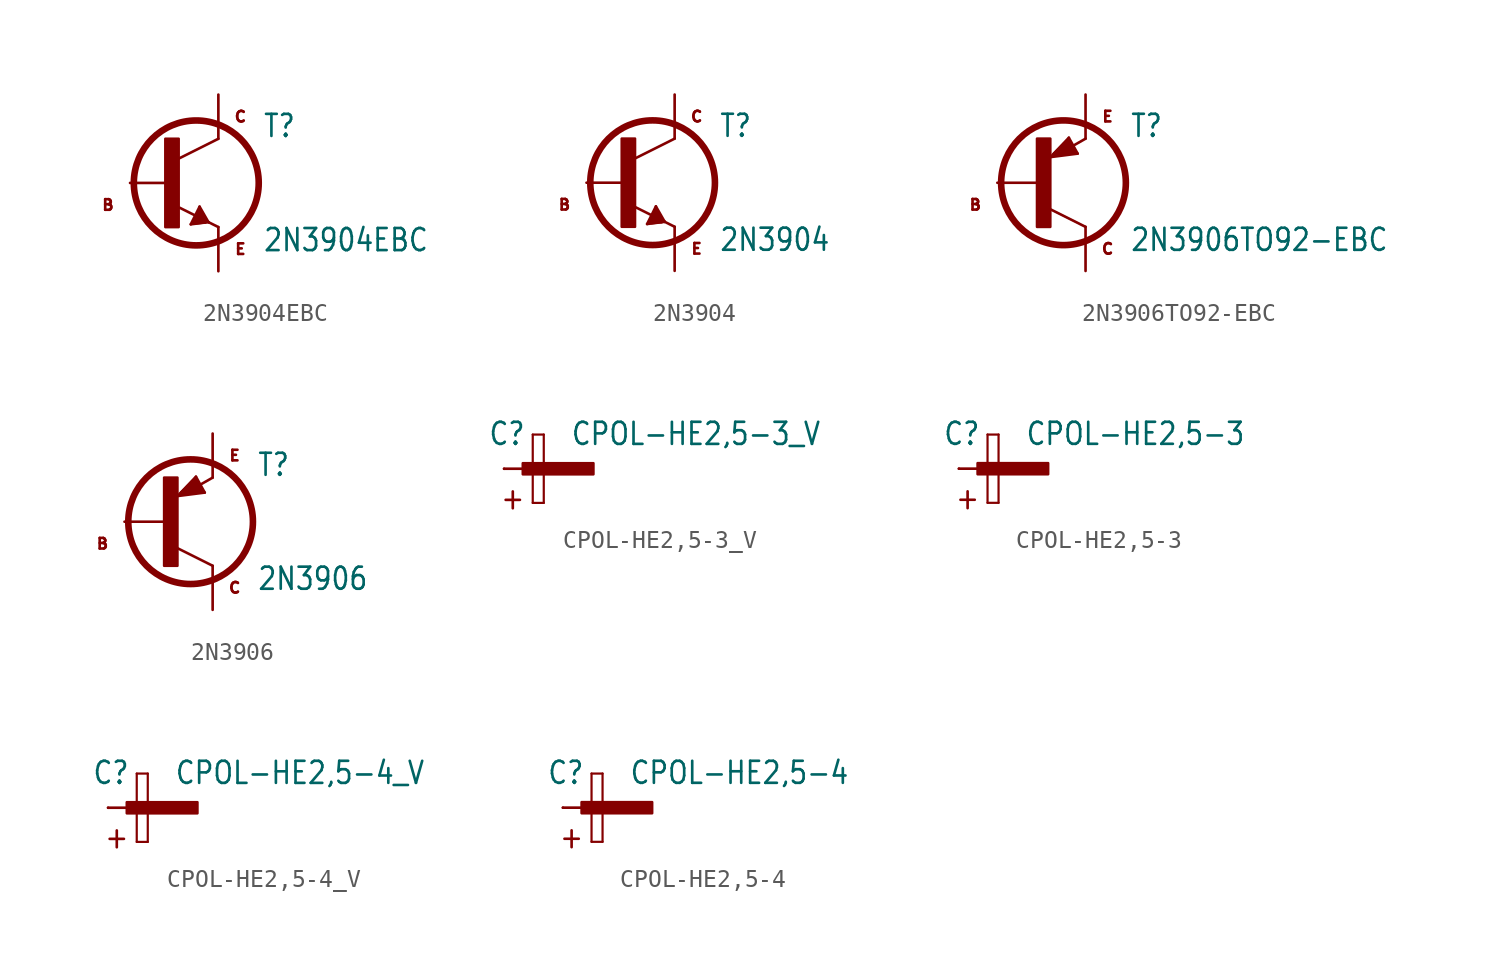
<source format=kicad_sym>
(kicad_symbol_lib
  (version 20201005)
  (generator kicad_symbol_editor)
  (symbol "2N3904EBC"
    (property "Reference" "T"
      (at 5.08 2.54 0)
      (effects (font (size 1.27 1.079)) (justify left bottom)))
    (property "Value" "2N3904EBC"
      (at 5.08 -2.54 0)
      (effects (font (size 1.27 1.079)) (justify left top)))
    (property "ki_locked" ""
      (at 0 0 0)
      (effects (font (size 1.27 1.27))))
    (symbol "2N3904EBC_1_0"
      (circle (center 1.27 0) (radius 3.592) (stroke (width 0.381)) (fill (type none)))
      (text "B" (at -3.81 -1.27 0) (effects (font (size 0.61 0.61))))
      (text "C" (at 3.81 3.81 0) (effects (font (size 0.61 0.61))))
      (text "E" (at 3.81 -3.81 0) (effects (font (size 0.61 0.61))))
      (rectangle (start -0.508 -2.54) (end 0.254 2.54) (stroke (width 0)) (fill (type outline)))
      (polyline (pts (xy 0.953 -2.381) (xy 1.46 -1.365)) (stroke (width 0.152)) (fill (type none)))
      (polyline (pts (xy 1.206 -2.254) (xy 1.778 -2.191)) (stroke (width 0.305)) (fill (type none)))
      (polyline (pts (xy 1.206 -2.127) (xy 1.587 -2.127)) (stroke (width 0.254)) (fill (type none)))
      (polyline (pts (xy 1.46 -1.619) (xy 1.206 -2.127)) (stroke (width 0.254)) (fill (type none)))
      (polyline (pts (xy 1.46 -1.365) (xy 1.968 -2.254)) (stroke (width 0.152)) (fill (type none)))
      (polyline (pts (xy 1.587 -2.127) (xy 1.46 -1.873)) (stroke (width 0.254)) (fill (type none)))
      (polyline (pts (xy 1.778 -2.191) (xy 1.46 -1.619)) (stroke (width 0.305)) (fill (type none)))
      (polyline (pts (xy 1.968 -2.254) (xy 0.308 -1.424)) (stroke (width 0.152)) (fill (type none)))
      (polyline (pts (xy 1.968 -2.254) (xy 0.953 -2.381)) (stroke (width 0.152)) (fill (type none)))
      (polyline (pts (xy 2.54 -2.54) (xy 1.968 -2.254)) (stroke (width 0.152)) (fill (type none)))
      (polyline (pts (xy 2.54 2.54) (xy 0.064 1.302)) (stroke (width 0.152)) (fill (type none)))
      (pin passive line (at 2.54 -5.08 90) (length 2.54) (name "E" (effects (font (size 0 0)))) (number "1" (effects (font (size 0 0)))))
      (pin passive line (at -2.54 0 0) (length 2.54) (name "B" (effects (font (size 0 0)))) (number "2" (effects (font (size 0 0)))))
      (pin passive line (at 2.54 5.08 270) (length 2.54) (name "C" (effects (font (size 0 0)))) (number "3" (effects (font (size 0 0)))))))
  (symbol "2N3904"
    (property "Reference" "T"
      (at 5.08 2.54 0)
      (effects (font (size 1.27 1.079)) (justify left bottom)))
    (property "Value" "2N3904"
      (at 5.08 -2.54 0)
      (effects (font (size 1.27 1.079)) (justify left top)))
    (property "ki_locked" ""
      (at 0 0 0)
      (effects (font (size 1.27 1.27))))
    (symbol "2N3904_1_0"
      (circle (center 1.27 0) (radius 3.592) (stroke (width 0.381)) (fill (type none)))
      (text "B" (at -3.81 -1.27 0) (effects (font (size 0.61 0.61))))
      (text "C" (at 3.81 3.81 0) (effects (font (size 0.61 0.61))))
      (text "E" (at 3.81 -3.81 0) (effects (font (size 0.61 0.61))))
      (rectangle (start -0.508 -2.54) (end 0.254 2.54) (stroke (width 0)) (fill (type outline)))
      (polyline (pts (xy 0.953 -2.381) (xy 1.46 -1.365)) (stroke (width 0.152)) (fill (type none)))
      (polyline (pts (xy 1.206 -2.254) (xy 1.778 -2.191)) (stroke (width 0.305)) (fill (type none)))
      (polyline (pts (xy 1.206 -2.127) (xy 1.587 -2.127)) (stroke (width 0.254)) (fill (type none)))
      (polyline (pts (xy 1.46 -1.619) (xy 1.206 -2.127)) (stroke (width 0.254)) (fill (type none)))
      (polyline (pts (xy 1.46 -1.365) (xy 1.968 -2.254)) (stroke (width 0.152)) (fill (type none)))
      (polyline (pts (xy 1.587 -2.127) (xy 1.46 -1.873)) (stroke (width 0.254)) (fill (type none)))
      (polyline (pts (xy 1.778 -2.191) (xy 1.46 -1.619)) (stroke (width 0.305)) (fill (type none)))
      (polyline (pts (xy 1.968 -2.254) (xy 0.308 -1.424)) (stroke (width 0.152)) (fill (type none)))
      (polyline (pts (xy 1.968 -2.254) (xy 0.953 -2.381)) (stroke (width 0.152)) (fill (type none)))
      (polyline (pts (xy 2.54 -2.54) (xy 1.968 -2.254)) (stroke (width 0.152)) (fill (type none)))
      (polyline (pts (xy 2.54 2.54) (xy 0.064 1.302)) (stroke (width 0.152)) (fill (type none)))
      (pin passive line (at 2.54 -5.08 90) (length 2.54) (name "E" (effects (font (size 0 0)))) (number "1" (effects (font (size 0 0)))))
      (pin passive line (at -2.54 0 0) (length 2.54) (name "B" (effects (font (size 0 0)))) (number "2" (effects (font (size 0 0)))))
      (pin passive line (at 2.54 5.08 270) (length 2.54) (name "C" (effects (font (size 0 0)))) (number "3" (effects (font (size 0 0)))))))
  (symbol "2N3906TO92-EBC"
    (property "Reference" "T"
      (at 5.08 2.54 0)
      (effects (font (size 1.27 1.079)) (justify left bottom)))
    (property "Value" "2N3906TO92-EBC"
      (at 5.08 -2.54 0)
      (effects (font (size 1.27 1.079)) (justify left top)))
    (property "ki_locked" ""
      (at 0 0 0)
      (effects (font (size 1.27 1.27))))
    (symbol "2N3906TO92-EBC_1_0"
      (circle (center 1.27 0) (radius 3.592) (stroke (width 0.381)) (fill (type none)))
      (text "B" (at -3.81 -1.27 0) (effects (font (size 0.61 0.61))))
      (text "C" (at 3.81 -3.81 0) (effects (font (size 0.61 0.61))))
      (text "E" (at 3.81 3.81 0) (effects (font (size 0.61 0.61))))
      (rectangle (start -0.254 -2.54) (end 0.508 2.54) (stroke (width 0)) (fill (type outline)))
      (polyline (pts (xy 0.516 1.478) (xy 2.086 1.678)) (stroke (width 0.152)) (fill (type none)))
      (polyline (pts (xy 0.762 1.651) (xy 1.778 1.778)) (stroke (width 0.254)) (fill (type none)))
      (polyline (pts (xy 1.143 1.905) (xy 1.524 1.905)) (stroke (width 0.254)) (fill (type none)))
      (polyline (pts (xy 1.524 2.159) (xy 1.143 1.905)) (stroke (width 0.254)) (fill (type none)))
      (polyline (pts (xy 1.524 2.413) (xy 0.762 1.651)) (stroke (width 0.254)) (fill (type none)))
      (polyline (pts (xy 1.578 2.594) (xy 0.516 1.478)) (stroke (width 0.152)) (fill (type none)))
      (polyline (pts (xy 1.778 1.778) (xy 1.524 2.159)) (stroke (width 0.254)) (fill (type none)))
      (polyline (pts (xy 1.905 1.778) (xy 1.524 2.413)) (stroke (width 0.254)) (fill (type none)))
      (polyline (pts (xy 2.086 1.678) (xy 1.578 2.594)) (stroke (width 0.152)) (fill (type none)))
      (polyline (pts (xy 2.54 -2.54) (xy 0.508 -1.524)) (stroke (width 0.152)) (fill (type none)))
      (polyline (pts (xy 2.54 2.54) (xy 1.808 2.124)) (stroke (width 0.152)) (fill (type none)))
      (pin passive line (at 2.54 5.08 270) (length 2.54) (name "E" (effects (font (size 0 0)))) (number "1" (effects (font (size 0 0)))))
      (pin passive line (at -2.54 0 0) (length 2.54) (name "B" (effects (font (size 0 0)))) (number "2" (effects (font (size 0 0)))))
      (pin passive line (at 2.54 -5.08 90) (length 2.54) (name "C" (effects (font (size 0 0)))) (number "3" (effects (font (size 0 0)))))))
  (symbol "2N3906"
    (property "Reference" "T"
      (at 5.08 2.54 0)
      (effects (font (size 1.27 1.079)) (justify left bottom)))
    (property "Value" "2N3906"
      (at 5.08 -2.54 0)
      (effects (font (size 1.27 1.079)) (justify left top)))
    (property "ki_locked" ""
      (at 0 0 0)
      (effects (font (size 1.27 1.27))))
    (symbol "2N3906_1_0"
      (circle (center 1.27 0) (radius 3.592) (stroke (width 0.381)) (fill (type none)))
      (text "B" (at -3.81 -1.27 0) (effects (font (size 0.61 0.61))))
      (text "C" (at 3.81 -3.81 0) (effects (font (size 0.61 0.61))))
      (text "E" (at 3.81 3.81 0) (effects (font (size 0.61 0.61))))
      (rectangle (start -0.254 -2.54) (end 0.508 2.54) (stroke (width 0)) (fill (type outline)))
      (polyline (pts (xy 0.516 1.478) (xy 2.086 1.678)) (stroke (width 0.152)) (fill (type none)))
      (polyline (pts (xy 0.762 1.651) (xy 1.778 1.778)) (stroke (width 0.254)) (fill (type none)))
      (polyline (pts (xy 1.143 1.905) (xy 1.524 1.905)) (stroke (width 0.254)) (fill (type none)))
      (polyline (pts (xy 1.524 2.159) (xy 1.143 1.905)) (stroke (width 0.254)) (fill (type none)))
      (polyline (pts (xy 1.524 2.413) (xy 0.762 1.651)) (stroke (width 0.254)) (fill (type none)))
      (polyline (pts (xy 1.578 2.594) (xy 0.516 1.478)) (stroke (width 0.152)) (fill (type none)))
      (polyline (pts (xy 1.778 1.778) (xy 1.524 2.159)) (stroke (width 0.254)) (fill (type none)))
      (polyline (pts (xy 1.905 1.778) (xy 1.524 2.413)) (stroke (width 0.254)) (fill (type none)))
      (polyline (pts (xy 2.086 1.678) (xy 1.578 2.594)) (stroke (width 0.152)) (fill (type none)))
      (polyline (pts (xy 2.54 -2.54) (xy 0.508 -1.524)) (stroke (width 0.152)) (fill (type none)))
      (polyline (pts (xy 2.54 2.54) (xy 1.808 2.124)) (stroke (width 0.152)) (fill (type none)))
      (pin passive line (at 2.54 5.08 270) (length 2.54) (name "E" (effects (font (size 0 0)))) (number "1" (effects (font (size 0 0)))))
      (pin passive line (at -2.54 0 0) (length 2.54) (name "B" (effects (font (size 0 0)))) (number "2" (effects (font (size 0 0)))))
      (pin passive line (at 2.54 -5.08 90) (length 2.54) (name "C" (effects (font (size 0 0)))) (number "3" (effects (font (size 0 0)))))))
  (symbol "CPOL-HE2,5-3_V"
    (property "Reference" "C"
      (at -1.27 1.27 0)
      (effects (font (size 1.27 1.079)) (justify right bottom)))
    (property "Value" "CPOL-HE2,5-3_V"
      (at 1.27 1.27 0)
      (effects (font (size 1.27 1.079)) (justify left bottom)))
    (property "ki_locked" ""
      (at 0 0 0)
      (effects (font (size 1.27 1.27))))
    (symbol "CPOL-HE2,5-3_V_1_0"
      (text "+" (at -1.27 -0.953 0) (effects (font (size 1.27 1.079)) (justify right top)))
      (rectangle (start -1.46 -0.318) (end 2.603 0.318) (stroke (width 0)) (fill (type outline)))
      (polyline (pts (xy -2.54 0) (xy -0.889 0)) (stroke (width 0.152)) (fill (type none)))
      (polyline (pts (xy -0.889 -1.968) (xy -0.254 -1.968)) (stroke (width 0.127)) (fill (type none)))
      (polyline (pts (xy -0.889 0) (xy -0.889 -1.968)) (stroke (width 0.127)) (fill (type none)))
      (polyline (pts (xy -0.889 1.968) (xy -0.889 0)) (stroke (width 0.127)) (fill (type none)))
      (polyline (pts (xy -0.254 -1.968) (xy -0.254 1.968)) (stroke (width 0.127)) (fill (type none)))
      (polyline (pts (xy -0.254 1.968) (xy -0.889 1.968)) (stroke (width 0.127)) (fill (type none)))
      (polyline (pts (xy 2.54 0) (xy 0.762 0)) (stroke (width 0.152)) (fill (type none)))
      (pin passive line (at -2.54 0 0) (length 0) (name "+" (effects (font (size 0 0)))) (number "+" (effects (font (size 0 0)))))
      (pin passive line (at 2.54 0 180) (length 0) (name "-" (effects (font (size 0 0)))) (number "-" (effects (font (size 0 0)))))))
  (symbol "CPOL-HE2,5-3"
    (property "Reference" "C"
      (at -1.27 1.27 0)
      (effects (font (size 1.27 1.079)) (justify right bottom)))
    (property "Value" "CPOL-HE2,5-3"
      (at 1.27 1.27 0)
      (effects (font (size 1.27 1.079)) (justify left bottom)))
    (property "ki_locked" ""
      (at 0 0 0)
      (effects (font (size 1.27 1.27))))
    (symbol "CPOL-HE2,5-3_1_0"
      (text "+" (at -1.27 -0.953 0) (effects (font (size 1.27 1.079)) (justify right top)))
      (rectangle (start -1.46 -0.318) (end 2.603 0.318) (stroke (width 0)) (fill (type outline)))
      (polyline (pts (xy -2.54 0) (xy -0.889 0)) (stroke (width 0.152)) (fill (type none)))
      (polyline (pts (xy -0.889 -1.968) (xy -0.254 -1.968)) (stroke (width 0.127)) (fill (type none)))
      (polyline (pts (xy -0.889 0) (xy -0.889 -1.968)) (stroke (width 0.127)) (fill (type none)))
      (polyline (pts (xy -0.889 1.968) (xy -0.889 0)) (stroke (width 0.127)) (fill (type none)))
      (polyline (pts (xy -0.254 -1.968) (xy -0.254 1.968)) (stroke (width 0.127)) (fill (type none)))
      (polyline (pts (xy -0.254 1.968) (xy -0.889 1.968)) (stroke (width 0.127)) (fill (type none)))
      (polyline (pts (xy 2.54 0) (xy 0.762 0)) (stroke (width 0.152)) (fill (type none)))
      (pin passive line (at -2.54 0 0) (length 0) (name "+" (effects (font (size 0 0)))) (number "+" (effects (font (size 0 0)))))
      (pin passive line (at 2.54 0 180) (length 0) (name "-" (effects (font (size 0 0)))) (number "-" (effects (font (size 0 0)))))))
  (symbol "CPOL-HE2,5-4_V"
    (property "Reference" "C"
      (at -1.27 1.27 0)
      (effects (font (size 1.27 1.079)) (justify right bottom)))
    (property "Value" "CPOL-HE2,5-4_V"
      (at 1.27 1.27 0)
      (effects (font (size 1.27 1.079)) (justify left bottom)))
    (property "ki_locked" ""
      (at 0 0 0)
      (effects (font (size 1.27 1.27))))
    (symbol "CPOL-HE2,5-4_V_1_0"
      (text "+" (at -1.27 -0.953 0) (effects (font (size 1.27 1.079)) (justify right top)))
      (rectangle (start -1.46 -0.318) (end 2.603 0.318) (stroke (width 0)) (fill (type outline)))
      (polyline (pts (xy -2.54 0) (xy -0.889 0)) (stroke (width 0.152)) (fill (type none)))
      (polyline (pts (xy -0.889 -1.968) (xy -0.254 -1.968)) (stroke (width 0.127)) (fill (type none)))
      (polyline (pts (xy -0.889 0) (xy -0.889 -1.968)) (stroke (width 0.127)) (fill (type none)))
      (polyline (pts (xy -0.889 1.968) (xy -0.889 0)) (stroke (width 0.127)) (fill (type none)))
      (polyline (pts (xy -0.254 -1.968) (xy -0.254 1.968)) (stroke (width 0.127)) (fill (type none)))
      (polyline (pts (xy -0.254 1.968) (xy -0.889 1.968)) (stroke (width 0.127)) (fill (type none)))
      (polyline (pts (xy 2.54 0) (xy 0.762 0)) (stroke (width 0.152)) (fill (type none)))
      (pin passive line (at -2.54 0 0) (length 0) (name "+" (effects (font (size 0 0)))) (number "+" (effects (font (size 0 0)))))
      (pin passive line (at 2.54 0 180) (length 0) (name "-" (effects (font (size 0 0)))) (number "-" (effects (font (size 0 0)))))))
  (symbol "CPOL-HE2,5-4"
    (property "Reference" "C"
      (at -1.27 1.27 0)
      (effects (font (size 1.27 1.079)) (justify right bottom)))
    (property "Value" "CPOL-HE2,5-4"
      (at 1.27 1.27 0)
      (effects (font (size 1.27 1.079)) (justify left bottom)))
    (property "ki_locked" ""
      (at 0 0 0)
      (effects (font (size 1.27 1.27))))
    (symbol "CPOL-HE2,5-4_1_0"
      (text "+" (at -1.27 -0.953 0) (effects (font (size 1.27 1.079)) (justify right top)))
      (rectangle (start -1.46 -0.318) (end 2.603 0.318) (stroke (width 0)) (fill (type outline)))
      (polyline (pts (xy -2.54 0) (xy -0.889 0)) (stroke (width 0.152)) (fill (type none)))
      (polyline (pts (xy -0.889 -1.968) (xy -0.254 -1.968)) (stroke (width 0.127)) (fill (type none)))
      (polyline (pts (xy -0.889 0) (xy -0.889 -1.968)) (stroke (width 0.127)) (fill (type none)))
      (polyline (pts (xy -0.889 1.968) (xy -0.889 0)) (stroke (width 0.127)) (fill (type none)))
      (polyline (pts (xy -0.254 -1.968) (xy -0.254 1.968)) (stroke (width 0.127)) (fill (type none)))
      (polyline (pts (xy -0.254 1.968) (xy -0.889 1.968)) (stroke (width 0.127)) (fill (type none)))
      (polyline (pts (xy 2.54 0) (xy 0.762 0)) (stroke (width 0.152)) (fill (type none)))
      (pin passive line (at -2.54 0 0) (length 0) (name "+" (effects (font (size 0 0)))) (number "+" (effects (font (size 0 0)))))
      (pin passive line (at 2.54 0 180) (length 0) (name "-" (effects (font (size 0 0)))) (number "-" (effects (font (size 0 0))))))))
</source>
